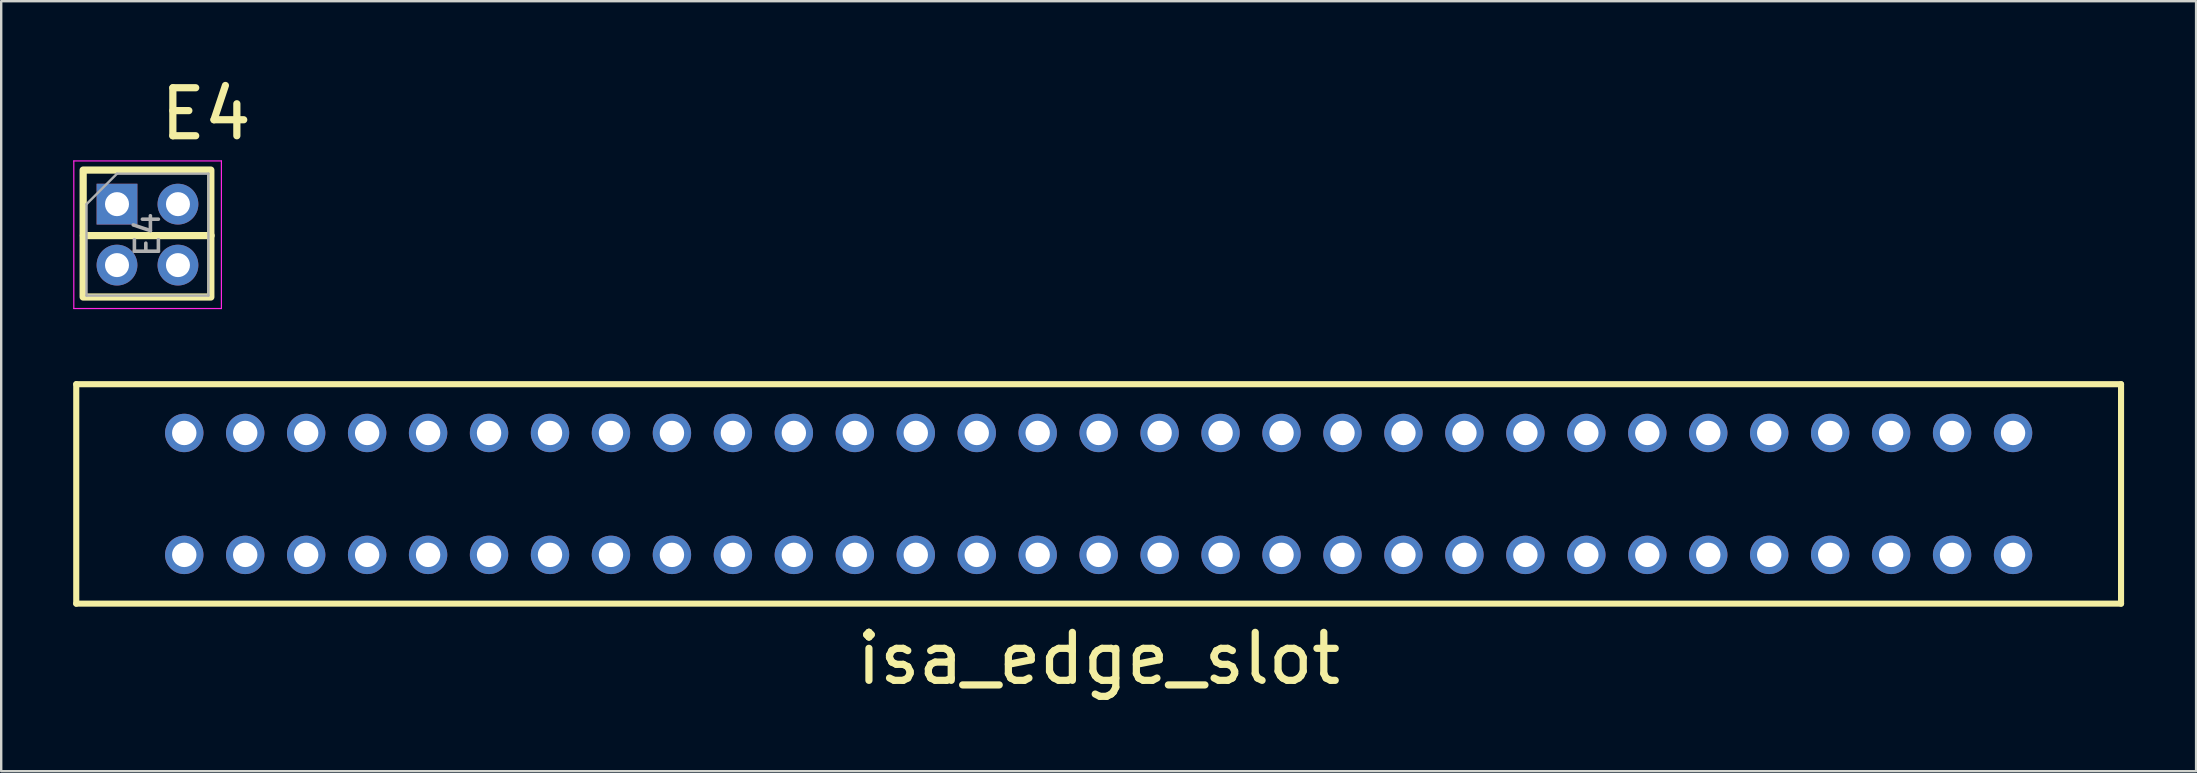
<source format=kicad_pcb>
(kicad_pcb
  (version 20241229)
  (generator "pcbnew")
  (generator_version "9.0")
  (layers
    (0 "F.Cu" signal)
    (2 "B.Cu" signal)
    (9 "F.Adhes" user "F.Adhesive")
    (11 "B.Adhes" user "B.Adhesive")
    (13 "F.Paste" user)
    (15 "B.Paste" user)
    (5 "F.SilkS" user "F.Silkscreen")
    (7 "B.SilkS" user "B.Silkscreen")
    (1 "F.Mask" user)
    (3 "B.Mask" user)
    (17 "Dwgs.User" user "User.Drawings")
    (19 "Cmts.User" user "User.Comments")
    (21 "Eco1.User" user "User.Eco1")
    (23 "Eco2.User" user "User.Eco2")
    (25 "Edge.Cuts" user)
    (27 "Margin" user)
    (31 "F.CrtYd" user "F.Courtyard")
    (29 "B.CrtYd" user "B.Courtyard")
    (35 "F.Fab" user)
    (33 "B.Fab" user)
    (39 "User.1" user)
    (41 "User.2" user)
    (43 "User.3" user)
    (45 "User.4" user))
  (footprint "E4"
    (layer "F.Cu")
    (at 1.825 5.456)
    (property "Reference" "E4" (at 3.708 -3.759 0) (layer "F.SilkS") (effects (font (size 2 2) (thickness 0.3))))
    (attr through_hole)
    (fp_line (start -1.4 1.31) (end 3.92 1.31) (stroke (width 0.3) (type default)) (layer "F.SilkS"))
    (fp_rect (start -1.41 -1.42) (end 3.91 3.87) (stroke (width 0.3) (type default)) (fill no) (layer "F.SilkS"))
    (fp_line (start -1.8 -1.8) (end -1.8 4.35) (stroke (width 0.05) (type solid)) (layer "F.CrtYd"))
    (fp_line (start -1.8 4.35) (end 4.35 4.35) (stroke (width 0.05) (type solid)) (layer "F.CrtYd"))
    (fp_line (start 4.35 -1.8) (end -1.8 -1.8) (stroke (width 0.05) (type solid)) (layer "F.CrtYd"))
    (fp_line (start 4.35 4.35) (end 4.35 -1.8) (stroke (width 0.05) (type solid)) (layer "F.CrtYd"))
    (fp_line (start -1.27 0) (end 0 -1.27) (stroke (width 0.1) (type solid)) (layer "F.Fab"))
    (fp_line (start -1.27 3.81) (end -1.27 0) (stroke (width 0.1) (type solid)) (layer "F.Fab"))
    (fp_line (start 0 -1.27) (end 3.81 -1.27) (stroke (width 0.1) (type solid)) (layer "F.Fab"))
    (fp_line (start 3.81 -1.27) (end 3.81 3.81) (stroke (width 0.1) (type solid)) (layer "F.Fab"))
    (fp_line (start 3.81 3.81) (end -1.27 3.81) (stroke (width 0.1) (type solid)) (layer "F.Fab"))
    (fp_text user "${REFERENCE}" (at 1.27 1.27 270) (layer "F.Fab") (effects (font (size 1 1) (thickness 0.15))))
    (pad "1" thru_hole rect (at 0 0) (size 1.7 1.7) (drill 1) (layers "*.Cu" "*.Mask"))
    (pad "2" thru_hole oval (at 2.54 0) (size 1.7 1.7) (drill 1) (layers "*.Cu" "*.Mask"))
    (pad "3" thru_hole oval (at 0 2.54) (size 1.7 1.7) (drill 1) (layers "*.Cu" "*.Mask"))
    (pad "4" thru_hole oval (at 2.54 2.54) (size 1.7 1.7) (drill 1) (layers "*.Cu" "*.Mask")))
  (footprint "isa_edge_slot"
    (layer "F.Cu")
    (at 4.627 14.99)
    (property "Reference" "isa_edge_slot" (at 38.1 9.398 0) (layer "F.SilkS") (effects (font (size 2 2) (thickness 0.3))))
    (attr through_hole)
    (fp_line (start -4.5 -2.032) (end 80.7 -2.032) (stroke (width 0.254) (type solid)) (layer "F.SilkS"))
    (fp_line (start -4.5 7.112) (end -4.5 -2.032) (stroke (width 0.254) (type solid)) (layer "F.SilkS"))
    (fp_line (start -4.5 7.112) (end 80.7 7.112) (stroke (width 0.254) (type default)) (layer "F.SilkS"))
    (fp_line (start 80.7 7.112) (end 80.7 -2.032) (stroke (width 0.254) (type solid)) (layer "F.SilkS"))
    (pad "A1" thru_hole circle (at 0 0 180) (size 1.6 1.6) (drill 1.016) (layers "*.Cu" "*.Mask"))
    (pad "A2" thru_hole circle (at 2.54 0 180) (size 1.6 1.6) (drill 1.016) (layers "*.Cu" "*.Mask"))
    (pad "A3" thru_hole circle (at 5.08 0 180) (size 1.6 1.6) (drill 1.016) (layers "*.Cu" "*.Mask"))
    (pad "A4" thru_hole circle (at 7.62 0 180) (size 1.6 1.6) (drill 1.016) (layers "*.Cu" "*.Mask"))
    (pad "A5" thru_hole circle (at 10.16 0 180) (size 1.6 1.6) (drill 1.016) (layers "*.Cu" "*.Mask"))
    (pad "A6" thru_hole circle (at 12.7 0 180) (size 1.6 1.6) (drill 1.016) (layers "*.Cu" "*.Mask"))
    (pad "A7" thru_hole circle (at 15.24 0 180) (size 1.6 1.6) (drill 1.016) (layers "*.Cu" "*.Mask"))
    (pad "A8" thru_hole circle (at 17.78 0 180) (size 1.6 1.6) (drill 1.016) (layers "*.Cu" "*.Mask"))
    (pad "A9" thru_hole circle (at 20.32 0 180) (size 1.6 1.6) (drill 1.016) (layers "*.Cu" "*.Mask"))
    (pad "A10" thru_hole circle (at 22.86 0 180) (size 1.6 1.6) (drill 1.016) (layers "*.Cu" "*.Mask"))
    (pad "A11" thru_hole circle (at 25.4 0 180) (size 1.6 1.6) (drill 1.016) (layers "*.Cu" "*.Mask"))
    (pad "A12" thru_hole circle (at 27.94 0 180) (size 1.6 1.6) (drill 1.016) (layers "*.Cu" "*.Mask"))
    (pad "A13" thru_hole circle (at 30.48 0 180) (size 1.6 1.6) (drill 1.016) (layers "*.Cu" "*.Mask"))
    (pad "A14" thru_hole circle (at 33.02 0 180) (size 1.6 1.6) (drill 1.016) (layers "*.Cu" "*.Mask"))
    (pad "A15" thru_hole circle (at 35.56 0 180) (size 1.6 1.6) (drill 1.016) (layers "*.Cu" "*.Mask"))
    (pad "A16" thru_hole circle (at 38.1 0 180) (size 1.6 1.6) (drill 1.016) (layers "*.Cu" "*.Mask"))
    (pad "A17" thru_hole circle (at 40.64 0 180) (size 1.6 1.6) (drill 1.016) (layers "*.Cu" "*.Mask"))
    (pad "A18" thru_hole circle (at 43.18 0 180) (size 1.6 1.6) (drill 1.016) (layers "*.Cu" "*.Mask"))
    (pad "A19" thru_hole circle (at 45.72 0 180) (size 1.6 1.6) (drill 1.016) (layers "*.Cu" "*.Mask"))
    (pad "A20" thru_hole circle (at 48.26 0 180) (size 1.6 1.6) (drill 1.016) (layers "*.Cu" "*.Mask"))
    (pad "A21" thru_hole circle (at 50.8 0 180) (size 1.6 1.6) (drill 1.016) (layers "*.Cu" "*.Mask"))
    (pad "A22" thru_hole circle (at 53.34 0 180) (size 1.6 1.6) (drill 1.016) (layers "*.Cu" "*.Mask"))
    (pad "A23" thru_hole circle (at 55.88 0 180) (size 1.6 1.6) (drill 1.016) (layers "*.Cu" "*.Mask"))
    (pad "A24" thru_hole circle (at 58.42 0 180) (size 1.6 1.6) (drill 1.016) (layers "*.Cu" "*.Mask"))
    (pad "A25" thru_hole circle (at 60.96 0 180) (size 1.6 1.6) (drill 1.016) (layers "*.Cu" "*.Mask"))
    (pad "A26" thru_hole circle (at 63.5 0 180) (size 1.6 1.6) (drill 1.016) (layers "*.Cu" "*.Mask"))
    (pad "A27" thru_hole circle (at 66.04 0 180) (size 1.6 1.6) (drill 1.016) (layers "*.Cu" "*.Mask"))
    (pad "A28" thru_hole circle (at 68.58 0 180) (size 1.6 1.6) (drill 1.016) (layers "*.Cu" "*.Mask"))
    (pad "A29" thru_hole circle (at 71.12 0 180) (size 1.6 1.6) (drill 1.016) (layers "*.Cu" "*.Mask"))
    (pad "A30" thru_hole circle (at 73.66 0 180) (size 1.6 1.6) (drill 1.016) (layers "*.Cu" "*.Mask"))
    (pad "A31" thru_hole circle (at 76.2 0 180) (size 1.6 1.6) (drill 1.016) (layers "*.Cu" "*.Mask"))
    (pad "B1" thru_hole circle (at 0 5.08 180) (size 1.6 1.6) (drill 1.016) (layers "*.Cu" "*.Mask"))
    (pad "B2" thru_hole circle (at 2.54 5.08 180) (size 1.6 1.6) (drill 1.016) (layers "*.Cu" "*.Mask"))
    (pad "B3" thru_hole circle (at 5.08 5.08 180) (size 1.6 1.6) (drill 1.016) (layers "*.Cu" "*.Mask"))
    (pad "B4" thru_hole circle (at 7.62 5.08 180) (size 1.6 1.6) (drill 1.016) (layers "*.Cu" "*.Mask"))
    (pad "B5" thru_hole circle (at 10.16 5.08 180) (size 1.6 1.6) (drill 1.016) (layers "*.Cu" "*.Mask"))
    (pad "B6" thru_hole circle (at 12.7 5.08 180) (size 1.6 1.6) (drill 1.016) (layers "*.Cu" "*.Mask"))
    (pad "B7" thru_hole circle (at 15.24 5.08 180) (size 1.6 1.6) (drill 1.016) (layers "*.Cu" "*.Mask"))
    (pad "B8" thru_hole circle (at 17.78 5.08 180) (size 1.6 1.6) (drill 1.016) (layers "*.Cu" "*.Mask"))
    (pad "B9" thru_hole circle (at 20.32 5.08 180) (size 1.6 1.6) (drill 1.016) (layers "*.Cu" "*.Mask"))
    (pad "B10" thru_hole circle (at 22.86 5.08 180) (size 1.6 1.6) (drill 1.016) (layers "*.Cu" "*.Mask"))
    (pad "B11" thru_hole circle (at 25.4 5.08 180) (size 1.6 1.6) (drill 1.016) (layers "*.Cu" "*.Mask"))
    (pad "B12" thru_hole circle (at 27.94 5.08 180) (size 1.6 1.6) (drill 1.016) (layers "*.Cu" "*.Mask"))
    (pad "B13" thru_hole circle (at 30.48 5.08 180) (size 1.6 1.6) (drill 1.016) (layers "*.Cu" "*.Mask"))
    (pad "B14" thru_hole circle (at 33.02 5.08 180) (size 1.6 1.6) (drill 1.016) (layers "*.Cu" "*.Mask"))
    (pad "B15" thru_hole circle (at 35.56 5.08 180) (size 1.6 1.6) (drill 1.016) (layers "*.Cu" "*.Mask"))
    (pad "B16" thru_hole circle (at 38.1 5.08 180) (size 1.6 1.6) (drill 1.016) (layers "*.Cu" "*.Mask"))
    (pad "B17" thru_hole circle (at 40.64 5.08 180) (size 1.6 1.6) (drill 1.016) (layers "*.Cu" "*.Mask"))
    (pad "B18" thru_hole circle (at 43.18 5.08 180) (size 1.6 1.6) (drill 1.016) (layers "*.Cu" "*.Mask"))
    (pad "B19" thru_hole circle (at 45.72 5.08 180) (size 1.6 1.6) (drill 1.016) (layers "*.Cu" "*.Mask"))
    (pad "B20" thru_hole circle (at 48.26 5.08 180) (size 1.6 1.6) (drill 1.016) (layers "*.Cu" "*.Mask"))
    (pad "B21" thru_hole circle (at 50.8 5.08 180) (size 1.6 1.6) (drill 1.016) (layers "*.Cu" "*.Mask"))
    (pad "B22" thru_hole circle (at 53.34 5.08 180) (size 1.6 1.6) (drill 1.016) (layers "*.Cu" "*.Mask"))
    (pad "B23" thru_hole circle (at 55.88 5.08 180) (size 1.6 1.6) (drill 1.016) (layers "*.Cu" "*.Mask"))
    (pad "B24" thru_hole circle (at 58.42 5.08 180) (size 1.6 1.6) (drill 1.016) (layers "*.Cu" "*.Mask"))
    (pad "B25" thru_hole circle (at 60.96 5.08 180) (size 1.6 1.6) (drill 1.016) (layers "*.Cu" "*.Mask"))
    (pad "B26" thru_hole circle (at 63.5 5.08 180) (size 1.6 1.6) (drill 1.016) (layers "*.Cu" "*.Mask"))
    (pad "B27" thru_hole circle (at 66.04 5.08 180) (size 1.6 1.6) (drill 1.016) (layers "*.Cu" "*.Mask"))
    (pad "B28" thru_hole circle (at 68.58 5.08 180) (size 1.6 1.6) (drill 1.016) (layers "*.Cu" "*.Mask"))
    (pad "B29" thru_hole circle (at 71.12 5.08 180) (size 1.6 1.6) (drill 1.016) (layers "*.Cu" "*.Mask"))
    (pad "B30" thru_hole circle (at 73.66 5.08 180) (size 1.6 1.6) (drill 1.016) (layers "*.Cu" "*.Mask"))
    (pad "B31" thru_hole circle (at 76.2 5.08 180) (size 1.6 1.6) (drill 1.016) (layers "*.Cu" "*.Mask")))
  (gr_rect
    (start -3 -3)
    (end 88.454 29.084)
    (stroke (width 0.1) (type default))
    (fill no)
    (layer "Edge.Cuts")))
</source>
